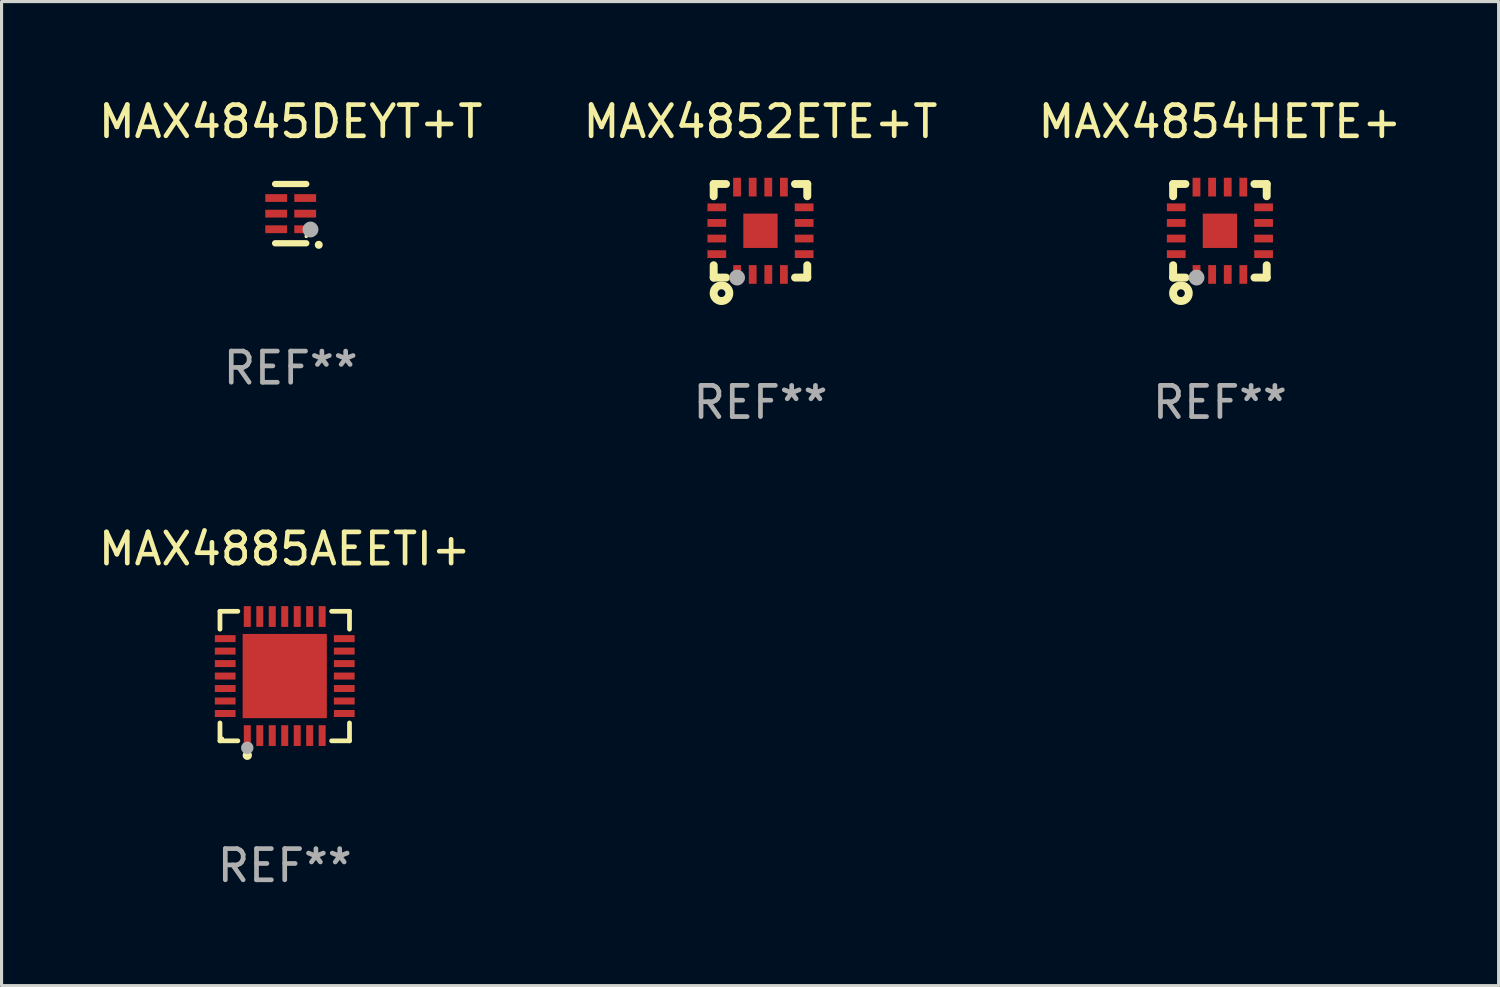
<source format=kicad_pcb>
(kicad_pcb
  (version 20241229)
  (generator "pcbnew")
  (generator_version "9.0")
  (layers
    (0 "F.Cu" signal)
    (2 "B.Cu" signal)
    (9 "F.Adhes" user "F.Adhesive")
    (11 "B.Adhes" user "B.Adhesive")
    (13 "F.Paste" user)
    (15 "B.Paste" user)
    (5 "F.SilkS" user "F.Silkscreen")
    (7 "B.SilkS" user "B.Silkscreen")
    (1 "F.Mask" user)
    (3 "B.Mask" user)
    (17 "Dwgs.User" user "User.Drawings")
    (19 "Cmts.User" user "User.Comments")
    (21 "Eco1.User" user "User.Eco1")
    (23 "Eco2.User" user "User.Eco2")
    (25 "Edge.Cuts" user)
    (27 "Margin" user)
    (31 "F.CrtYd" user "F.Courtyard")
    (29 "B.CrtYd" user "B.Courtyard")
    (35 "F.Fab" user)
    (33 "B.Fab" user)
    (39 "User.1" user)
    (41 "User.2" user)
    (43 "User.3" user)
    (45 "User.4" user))
  (footprint "MAX4885AEETI+"
    (layer "F.Cu")
    (at 6.077 18.621)
    (property "Reference" "MAX4885AEETI+" (at 0 -4.076 0) (layer "F.SilkS") (effects (font (size 1 1) (thickness 0.15))))
    (attr through_hole)
    (fp_line (start -2.076 -2.076) (end -1.503 -2.076) (stroke (width 0.152) (type solid)) (layer "F.SilkS"))
    (fp_line (start -2.076 -1.503) (end -2.076 -2.076) (stroke (width 0.152) (type solid)) (layer "F.SilkS"))
    (fp_line (start -2.076 1.503) (end -2.076 2.076) (stroke (width 0.152) (type solid)) (layer "F.SilkS"))
    (fp_line (start -2.076 2.076) (end -1.503 2.076) (stroke (width 0.152) (type solid)) (layer "F.SilkS"))
    (fp_line (start 2.076 -2.076) (end 1.503 -2.076) (stroke (width 0.152) (type solid)) (layer "F.SilkS"))
    (fp_line (start 2.076 -1.503) (end 2.076 -2.076) (stroke (width 0.152) (type solid)) (layer "F.SilkS"))
    (fp_line (start 2.076 1.503) (end 2.076 2.076) (stroke (width 0.152) (type solid)) (layer "F.SilkS"))
    (fp_line (start 2.076 2.076) (end 1.503 2.076) (stroke (width 0.152) (type solid)) (layer "F.SilkS"))
    (fp_circle (center -2 2) (end -1.97 2) (stroke (width 0.06) (type solid)) (fill no) (layer "F.SilkS"))
    (fp_circle (center -1.2 2.54) (end -1.125 2.54) (stroke (width 0.15) (type solid)) (fill no) (layer "F.SilkS"))
    (fp_circle (center -1.2 2.3) (end -1.1 2.3) (stroke (width 0.2) (type solid)) (fill no) (layer "F.Fab"))
    (fp_text user "REF**" (at 0 6.076 0) (layer "F.Fab") (effects (font (size 1 1) (thickness 0.15))))
    (pad "1" smd rect (at -1.2 1.908) (size 0.224 0.665) (layers "F.Cu" "F.Mask" "F.Paste"))
    (pad "2" smd rect (at -0.8 1.908) (size 0.224 0.665) (layers "F.Cu" "F.Mask" "F.Paste"))
    (pad "3" smd rect (at -0.4 1.908) (size 0.224 0.665) (layers "F.Cu" "F.Mask" "F.Paste"))
    (pad "4" smd rect (at 0 1.908) (size 0.224 0.665) (layers "F.Cu" "F.Mask" "F.Paste"))
    (pad "5" smd rect (at 0.4 1.908) (size 0.224 0.665) (layers "F.Cu" "F.Mask" "F.Paste"))
    (pad "6" smd rect (at 0.8 1.908) (size 0.224 0.665) (layers "F.Cu" "F.Mask" "F.Paste"))
    (pad "7" smd rect (at 1.2 1.908) (size 0.224 0.665) (layers "F.Cu" "F.Mask" "F.Paste"))
    (pad "8" smd rect (at 1.908 1.2) (size 0.665 0.224) (layers "F.Cu" "F.Mask" "F.Paste"))
    (pad "9" smd rect (at 1.908 0.8) (size 0.665 0.224) (layers "F.Cu" "F.Mask" "F.Paste"))
    (pad "10" smd rect (at 1.908 0.4) (size 0.665 0.224) (layers "F.Cu" "F.Mask" "F.Paste"))
    (pad "11" smd rect (at 1.908 0) (size 0.665 0.224) (layers "F.Cu" "F.Mask" "F.Paste"))
    (pad "12" smd rect (at 1.908 -0.4) (size 0.665 0.224) (layers "F.Cu" "F.Mask" "F.Paste"))
    (pad "13" smd rect (at 1.908 -0.8) (size 0.665 0.224) (layers "F.Cu" "F.Mask" "F.Paste"))
    (pad "14" smd rect (at 1.908 -1.2) (size 0.665 0.224) (layers "F.Cu" "F.Mask" "F.Paste"))
    (pad "15" smd rect (at 1.2 -1.908) (size 0.224 0.665) (layers "F.Cu" "F.Mask" "F.Paste"))
    (pad "16" smd rect (at 0.8 -1.908) (size 0.224 0.665) (layers "F.Cu" "F.Mask" "F.Paste"))
    (pad "17" smd rect (at 0.4 -1.908) (size 0.224 0.665) (layers "F.Cu" "F.Mask" "F.Paste"))
    (pad "18" smd rect (at 0 -1.908) (size 0.224 0.665) (layers "F.Cu" "F.Mask" "F.Paste"))
    (pad "19" smd rect (at -0.4 -1.908) (size 0.224 0.665) (layers "F.Cu" "F.Mask" "F.Paste"))
    (pad "20" smd rect (at -0.8 -1.908) (size 0.224 0.665) (layers "F.Cu" "F.Mask" "F.Paste"))
    (pad "21" smd rect (at -1.2 -1.908) (size 0.224 0.665) (layers "F.Cu" "F.Mask" "F.Paste"))
    (pad "22" smd rect (at -1.908 -1.2) (size 0.665 0.224) (layers "F.Cu" "F.Mask" "F.Paste"))
    (pad "23" smd rect (at -1.908 -0.8) (size 0.665 0.224) (layers "F.Cu" "F.Mask" "F.Paste"))
    (pad "24" smd rect (at -1.908 -0.4) (size 0.665 0.224) (layers "F.Cu" "F.Mask" "F.Paste"))
    (pad "25" smd rect (at -1.908 0) (size 0.665 0.224) (layers "F.Cu" "F.Mask" "F.Paste"))
    (pad "26" smd rect (at -1.908 0.4) (size 0.665 0.224) (layers "F.Cu" "F.Mask" "F.Paste"))
    (pad "27" smd rect (at -1.908 0.8) (size 0.665 0.224) (layers "F.Cu" "F.Mask" "F.Paste"))
    (pad "28" smd rect (at -1.908 1.2) (size 0.665 0.224) (layers "F.Cu" "F.Mask" "F.Paste"))
    (pad "29" smd rect (at 0 0) (size 2.7 2.7) (layers "F.Cu" "F.Mask" "F.Paste")))
  (footprint "MAX4854HETE+"
    (layer "F.Cu")
    (at 36.054 4.348)
    (property "Reference" "MAX4854HETE+" (at 0 -3.5 0) (layer "F.SilkS") (effects (font (size 1 1) (thickness 0.15))))
    (attr through_hole)
    (fp_line (start -1.5 -1.5) (end -1.5 -1.108) (stroke (width 0.254) (type solid)) (layer "F.SilkS"))
    (fp_line (start -1.5 -1.5) (end -1.105 -1.5) (stroke (width 0.254) (type solid)) (layer "F.SilkS"))
    (fp_line (start -1.5 1.104) (end -1.5 1.5) (stroke (width 0.254) (type solid)) (layer "F.SilkS"))
    (fp_line (start -1.5 1.5) (end -1.105 1.5) (stroke (width 0.254) (type solid)) (layer "F.SilkS"))
    (fp_line (start 1.106 -1.5) (end 1.5 -1.5) (stroke (width 0.254) (type solid)) (layer "F.SilkS"))
    (fp_line (start 1.108 1.5) (end 1.5 1.5) (stroke (width 0.254) (type solid)) (layer "F.SilkS"))
    (fp_line (start 1.5 -1.108) (end 1.5 -1.5) (stroke (width 0.254) (type solid)) (layer "F.SilkS"))
    (fp_line (start 1.5 1.5) (end 1.5 1.104) (stroke (width 0.254) (type solid)) (layer "F.SilkS"))
    (fp_circle (center -1.5 1.5) (end -1.47 1.5) (stroke (width 0.06) (type solid)) (fill no) (layer "F.SilkS"))
    (fp_circle (center -1.25 2) (end -1.125 2) (stroke (width 0.254) (type solid)) (fill no) (layer "F.SilkS"))
    (fp_circle (center -0.75 1.5) (end -0.623 1.5) (stroke (width 0.254) (type solid)) (fill no) (layer "F.Fab"))
    (fp_text user "REF**" (at 0 5.5 0) (layer "F.Fab") (effects (font (size 1 1) (thickness 0.15))))
    (pad "1" smd rect (at -0.749 1.4 180) (size 0.25 0.6) (layers "F.Cu" "F.Mask" "F.Paste"))
    (pad "2" smd rect (at -0.249 1.4 180) (size 0.25 0.6) (layers "F.Cu" "F.Mask" "F.Paste"))
    (pad "3" smd rect (at 0.251 1.4 180) (size 0.25 0.6) (layers "F.Cu" "F.Mask" "F.Paste"))
    (pad "4" smd rect (at 0.751 1.4 180) (size 0.25 0.6) (layers "F.Cu" "F.Mask" "F.Paste"))
    (pad "5" smd rect (at 1.4 0.748 270) (size 0.25 0.6) (layers "F.Cu" "F.Mask" "F.Paste"))
    (pad "6" smd rect (at 1.4 0.248 270) (size 0.25 0.6) (layers "F.Cu" "F.Mask" "F.Paste"))
    (pad "7" smd rect (at 1.4 -0.252 270) (size 0.25 0.6) (layers "F.Cu" "F.Mask" "F.Paste"))
    (pad "8" smd rect (at 1.4 -0.752 270) (size 0.25 0.6) (layers "F.Cu" "F.Mask" "F.Paste"))
    (pad "9" smd rect (at 0.75 -1.4) (size 0.25 0.6) (layers "F.Cu" "F.Mask" "F.Paste"))
    (pad "10" smd rect (at 0.25 -1.4) (size 0.25 0.6) (layers "F.Cu" "F.Mask" "F.Paste"))
    (pad "11" smd rect (at -0.25 -1.4) (size 0.25 0.6) (layers "F.Cu" "F.Mask" "F.Paste"))
    (pad "12" smd rect (at -0.751 -1.4) (size 0.25 0.6) (layers "F.Cu" "F.Mask" "F.Paste"))
    (pad "13" smd rect (at -1.4 -0.752 90) (size 0.25 0.6) (layers "F.Cu" "F.Mask" "F.Paste"))
    (pad "14" smd rect (at -1.4 -0.252 90) (size 0.25 0.6) (layers "F.Cu" "F.Mask" "F.Paste"))
    (pad "15" smd rect (at -1.4 0.248 90) (size 0.25 0.6) (layers "F.Cu" "F.Mask" "F.Paste"))
    (pad "16" smd rect (at -1.4 0.748 90) (size 0.25 0.6) (layers "F.Cu" "F.Mask" "F.Paste"))
    (pad "17" smd rect (at -0.000241 0.000013 90) (size 1.1 1.1) (layers "F.Cu" "F.Mask" "F.Paste")))
  (footprint "MAX4845DEYT+T"
    (layer "F.Cu")
    (at 6.268 3.798)
    (property "Reference" "MAX4845DEYT+T" (at 0 -2.95 0) (layer "F.SilkS") (effects (font (size 1 1) (thickness 0.15))))
    (attr through_hole)
    (fp_line (start 0.5 -0.95) (end -0.5 -0.95) (stroke (width 0.2) (type solid)) (layer "F.SilkS"))
    (fp_line (start 0.5 0.95) (end -0.5 0.95) (stroke (width 0.2) (type solid)) (layer "F.SilkS"))
    (fp_arc (start 0.899162 1.000762) (mid 0.899154 0.999492) (end 0.899162 0.998222) (stroke (width 0.254001) (type solid)) (layer "F.SilkS"))
    (fp_circle (center 0.5 0.725) (end 0.53 0.725) (stroke (width 0.06) (type solid)) (fill no) (layer "F.SilkS"))
    (fp_circle (center 0.635 0.508) (end 0.762 0.508) (stroke (width 0.254) (type solid)) (fill no) (layer "F.Fab"))
    (fp_text user "REF**" (at 0 4.95 0) (layer "F.Fab") (effects (font (size 1 1) (thickness 0.15))))
    (pad "1" smd rect (at 0.465 0.5 90) (size 0.25 0.7) (layers "F.Cu" "F.Mask" "F.Paste"))
    (pad "2" smd rect (at 0.465 0.000127 90) (size 0.25 0.7) (layers "F.Cu" "F.Mask" "F.Paste"))
    (pad "3" smd rect (at 0.465 -0.5 90) (size 0.25 0.7) (layers "F.Cu" "F.Mask" "F.Paste"))
    (pad "4" smd rect (at -0.465 -0.5 270) (size 0.25 0.7) (layers "F.Cu" "F.Mask" "F.Paste"))
    (pad "5" smd rect (at -0.465 0.000127 270) (size 0.25 0.7) (layers "F.Cu" "F.Mask" "F.Paste"))
    (pad "6" smd rect (at -0.465 0.5 270) (size 0.25 0.7) (layers "F.Cu" "F.Mask" "F.Paste")))
  (footprint "MAX4852ETE+T"
    (layer "F.Cu")
    (at 21.327 4.348)
    (property "Reference" "MAX4852ETE+T" (at 0 -3.5 0) (layer "F.SilkS") (effects (font (size 1 1) (thickness 0.15))))
    (attr through_hole)
    (fp_line (start -1.5 -1.5) (end -1.5 -1.108) (stroke (width 0.254) (type solid)) (layer "F.SilkS"))
    (fp_line (start -1.5 -1.5) (end -1.105 -1.5) (stroke (width 0.254) (type solid)) (layer "F.SilkS"))
    (fp_line (start -1.5 1.104) (end -1.5 1.5) (stroke (width 0.254) (type solid)) (layer "F.SilkS"))
    (fp_line (start -1.5 1.5) (end -1.105 1.5) (stroke (width 0.254) (type solid)) (layer "F.SilkS"))
    (fp_line (start 1.106 -1.5) (end 1.5 -1.5) (stroke (width 0.254) (type solid)) (layer "F.SilkS"))
    (fp_line (start 1.108 1.5) (end 1.5 1.5) (stroke (width 0.254) (type solid)) (layer "F.SilkS"))
    (fp_line (start 1.5 -1.108) (end 1.5 -1.5) (stroke (width 0.254) (type solid)) (layer "F.SilkS"))
    (fp_line (start 1.5 1.5) (end 1.5 1.104) (stroke (width 0.254) (type solid)) (layer "F.SilkS"))
    (fp_circle (center -1.5 1.5) (end -1.47 1.5) (stroke (width 0.06) (type solid)) (fill no) (layer "F.SilkS"))
    (fp_circle (center -1.25 2) (end -1.125 2) (stroke (width 0.254) (type solid)) (fill no) (layer "F.SilkS"))
    (fp_circle (center -0.75 1.5) (end -0.623 1.5) (stroke (width 0.254) (type solid)) (fill no) (layer "F.Fab"))
    (fp_text user "REF**" (at 0 5.5 0) (layer "F.Fab") (effects (font (size 1 1) (thickness 0.15))))
    (pad "1" smd rect (at -0.749 1.4 180) (size 0.25 0.6) (layers "F.Cu" "F.Mask" "F.Paste"))
    (pad "2" smd rect (at -0.249 1.4 180) (size 0.25 0.6) (layers "F.Cu" "F.Mask" "F.Paste"))
    (pad "3" smd rect (at 0.251 1.4 180) (size 0.25 0.6) (layers "F.Cu" "F.Mask" "F.Paste"))
    (pad "4" smd rect (at 0.751 1.4 180) (size 0.25 0.6) (layers "F.Cu" "F.Mask" "F.Paste"))
    (pad "5" smd rect (at 1.4 0.748 270) (size 0.25 0.6) (layers "F.Cu" "F.Mask" "F.Paste"))
    (pad "6" smd rect (at 1.4 0.248 270) (size 0.25 0.6) (layers "F.Cu" "F.Mask" "F.Paste"))
    (pad "7" smd rect (at 1.4 -0.252 270) (size 0.25 0.6) (layers "F.Cu" "F.Mask" "F.Paste"))
    (pad "8" smd rect (at 1.4 -0.752 270) (size 0.25 0.6) (layers "F.Cu" "F.Mask" "F.Paste"))
    (pad "9" smd rect (at 0.75 -1.4) (size 0.25 0.6) (layers "F.Cu" "F.Mask" "F.Paste"))
    (pad "10" smd rect (at 0.25 -1.4) (size 0.25 0.6) (layers "F.Cu" "F.Mask" "F.Paste"))
    (pad "11" smd rect (at -0.25 -1.4) (size 0.25 0.6) (layers "F.Cu" "F.Mask" "F.Paste"))
    (pad "12" smd rect (at -0.751 -1.4) (size 0.25 0.6) (layers "F.Cu" "F.Mask" "F.Paste"))
    (pad "13" smd rect (at -1.4 -0.752 90) (size 0.25 0.6) (layers "F.Cu" "F.Mask" "F.Paste"))
    (pad "14" smd rect (at -1.4 -0.252 90) (size 0.25 0.6) (layers "F.Cu" "F.Mask" "F.Paste"))
    (pad "15" smd rect (at -1.4 0.248 90) (size 0.25 0.6) (layers "F.Cu" "F.Mask" "F.Paste"))
    (pad "16" smd rect (at -1.4 0.748 90) (size 0.25 0.6) (layers "F.Cu" "F.Mask" "F.Paste"))
    (pad "17" smd rect (at -0.000241 0.000013 90) (size 1.1 1.1) (layers "F.Cu" "F.Mask" "F.Paste")))
  (gr_rect
    (start -3 -3)
    (end 44.988 28.545)
    (stroke (width 0.1) (type default))
    (fill no)
    (layer "Edge.Cuts")))
</source>
